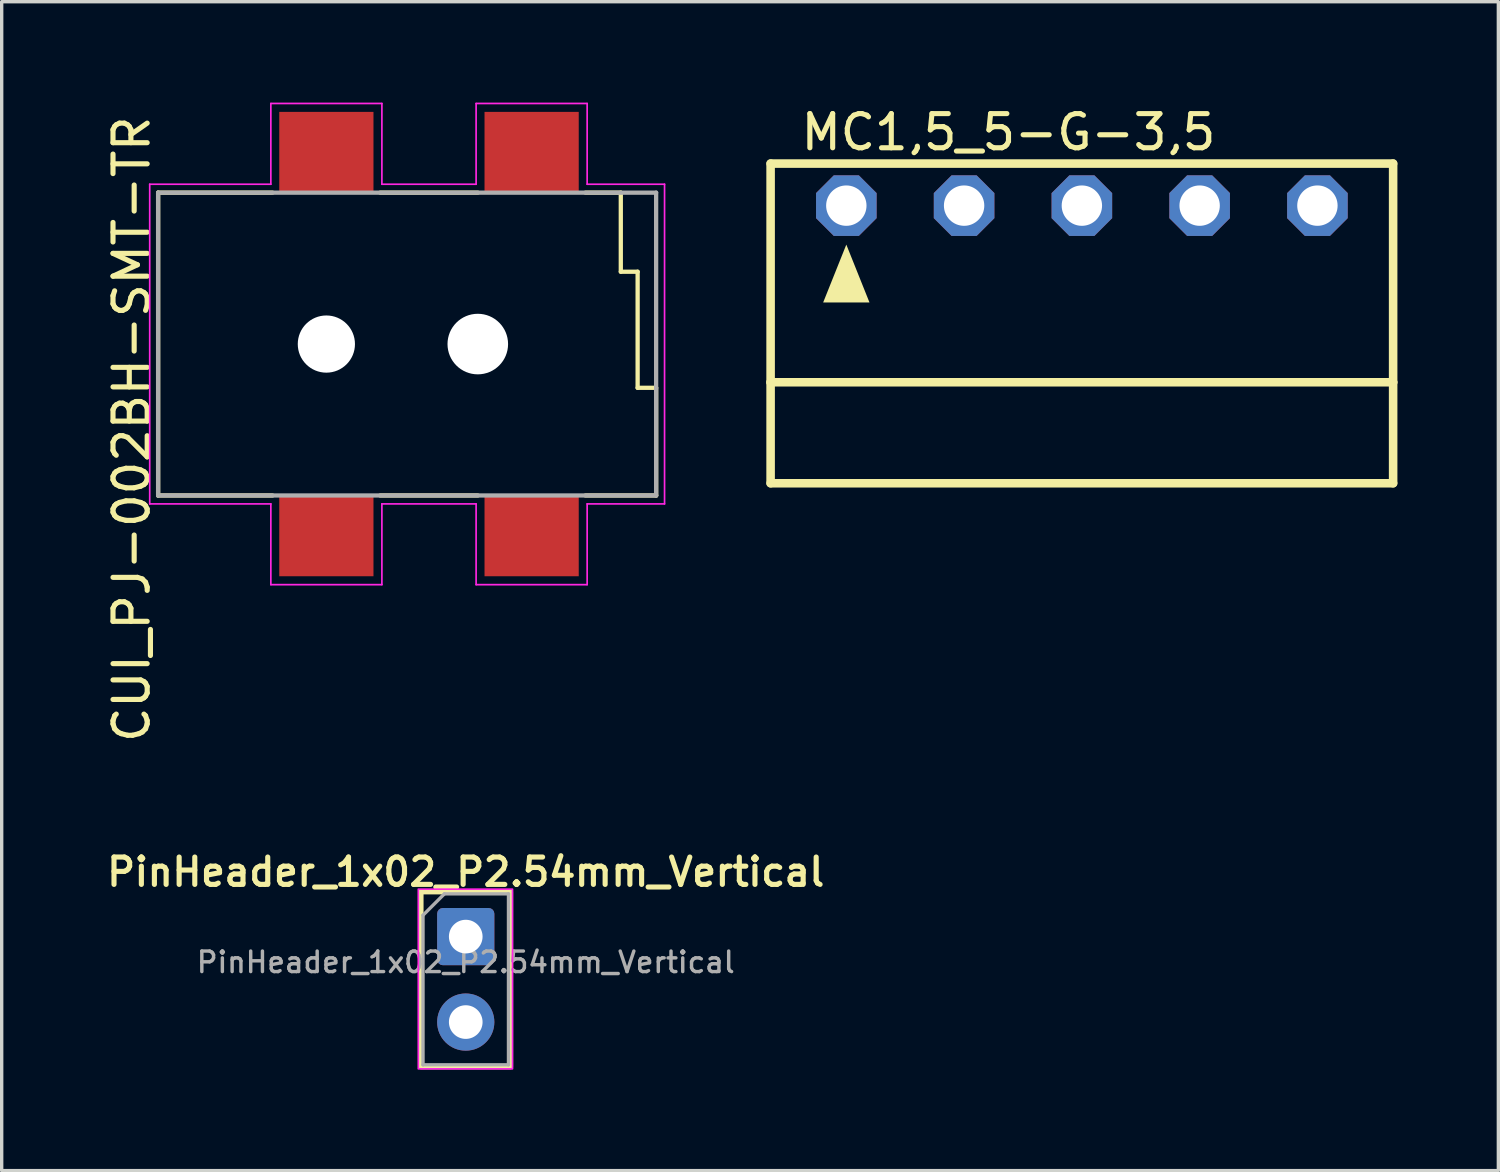
<source format=kicad_pcb>
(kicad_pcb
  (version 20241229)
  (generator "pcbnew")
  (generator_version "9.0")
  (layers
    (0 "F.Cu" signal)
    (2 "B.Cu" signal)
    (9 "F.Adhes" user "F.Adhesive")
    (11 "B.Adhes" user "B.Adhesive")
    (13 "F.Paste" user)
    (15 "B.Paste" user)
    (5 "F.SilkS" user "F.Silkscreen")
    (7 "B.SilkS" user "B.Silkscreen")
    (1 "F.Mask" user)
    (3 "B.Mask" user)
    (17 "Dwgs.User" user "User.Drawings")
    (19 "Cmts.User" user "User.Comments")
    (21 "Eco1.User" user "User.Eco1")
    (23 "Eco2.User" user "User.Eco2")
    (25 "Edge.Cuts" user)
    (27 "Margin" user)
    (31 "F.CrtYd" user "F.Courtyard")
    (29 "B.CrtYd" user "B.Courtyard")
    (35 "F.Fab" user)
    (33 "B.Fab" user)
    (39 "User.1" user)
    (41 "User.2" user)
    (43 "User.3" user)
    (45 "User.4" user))
  (footprint "MC1,5_5-G-3,5"
    (layer "F.Cu")
    (at 29.101 3.061)
    (property "Reference" "MC1,5_5-G-3,5" (at -8.425 -1.587 0) (layer "F.SilkS") (effects (font (size 1.016 1.016) (thickness 0.152)) (justify left bottom)))
    (attr through_hole)
    (fp_line (start -9.25 -1.25) (end 9.25 -1.25) (stroke (width 0.254) (type solid)) (layer "F.SilkS"))
    (fp_line (start -9.25 5.25) (end -9.25 -1.25) (stroke (width 0.254) (type solid)) (layer "F.SilkS"))
    (fp_line (start -9.25 5.25) (end 9.25 5.25) (stroke (width 0.254) (type solid)) (layer "F.SilkS"))
    (fp_line (start -9.25 8.25) (end -9.25 5.25) (stroke (width 0.254) (type solid)) (layer "F.SilkS"))
    (fp_line (start -9.25 8.25) (end 9.25 8.25) (stroke (width 0.254) (type solid)) (layer "F.SilkS"))
    (fp_line (start 9.25 5.25) (end 9.25 -1.25) (stroke (width 0.254) (type solid)) (layer "F.SilkS"))
    (fp_line (start 9.25 8.25) (end 9.25 5.25) (stroke (width 0.254) (type solid)) (layer "F.SilkS"))
    (fp_poly (pts (xy -6.312 2.877) (xy -7.688 2.877) (xy -7 1.158)) (stroke (width 0) (type default)) (fill yes) (layer "F.SilkS"))
    (pad "1" thru_hole roundrect (at -7 0) (size 1.8 1.8) (drill 1.2) (layers "*.Cu" "*.Mask") (roundrect_rratio 0.25) (chamfer_ratio 0.293) (chamfer top_left top_right bottom_left bottom_right))
    (pad "2" thru_hole roundrect (at -3.5 0) (size 1.8 1.8) (drill 1.2) (layers "*.Cu" "*.Mask") (roundrect_rratio 0.25) (chamfer_ratio 0.293) (chamfer top_left top_right bottom_left bottom_right))
    (pad "3" thru_hole roundrect (at 0 0) (size 1.8 1.8) (drill 1.2) (layers "*.Cu" "*.Mask") (roundrect_rratio 0.25) (chamfer_ratio 0.293) (chamfer top_left top_right bottom_left bottom_right))
    (pad "4" thru_hole roundrect (at 3.5 0) (size 1.8 1.8) (drill 1.2) (layers "*.Cu" "*.Mask") (roundrect_rratio 0.25) (chamfer_ratio 0.293) (chamfer top_left top_right bottom_left bottom_right))
    (pad "5" thru_hole roundrect (at 7 0) (size 1.8 1.8) (drill 1.2) (layers "*.Cu" "*.Mask") (roundrect_rratio 0.25) (chamfer_ratio 0.293) (chamfer top_left top_right bottom_left bottom_right)))
  (footprint "PinHeader_1x02_P2.54mm_Vertical"
    (layer "F.Cu")
    (at 10.791 24.784)
    (property "Reference" "PinHeader_1x02_P2.54mm_Vertical" (at 0 -1.92 0) (layer "F.SilkS") (effects (font (size 0.813 0.813) (thickness 0.152) (bold yes))))
    (attr through_hole)
    (fp_line (start -1.33 -1.33) (end 0 -1.33) (stroke (width 0.12) (type solid)) (layer "F.SilkS"))
    (fp_line (start -1.33 0) (end -1.33 -1.33) (stroke (width 0.12) (type solid)) (layer "F.SilkS"))
    (fp_rect (start -1.33 -1.33) (end 1.33 3.87) (stroke (width 0.152) (type solid)) (fill no) (layer "F.SilkS"))
    (fp_rect (start -1.41 -1.41) (end 1.39 3.93) (stroke (width 0.05) (type default)) (fill no) (layer "F.CrtYd"))
    (fp_line (start -1.27 -0.635) (end -0.635 -1.27) (stroke (width 0.1) (type solid)) (layer "F.Fab"))
    (fp_line (start -1.27 3.81) (end -1.27 -0.635) (stroke (width 0.1) (type solid)) (layer "F.Fab"))
    (fp_line (start -0.635 -1.27) (end 1.27 -1.27) (stroke (width 0.1) (type solid)) (layer "F.Fab"))
    (fp_line (start 1.27 -1.27) (end 1.27 3.81) (stroke (width 0.1) (type solid)) (layer "F.Fab"))
    (fp_line (start 1.27 3.81) (end -1.27 3.81) (stroke (width 0.1) (type solid)) (layer "F.Fab"))
    (fp_text user "${REFERENCE}" (at 0 0.762 0) (layer "F.Fab") (effects (font (size 0.61 0.61) (thickness 0.102) (bold yes))))
    (pad "1" thru_hole roundrect (at 0 0) (size 1.7 1.7) (drill 1) (layers "*.Cu" "*.Mask") (roundrect_rratio 0.1))
    (pad "2" thru_hole oval (at 0 2.54) (size 1.7 1.7) (drill 1) (layers "*.Cu" "*.Mask")))
  (footprint "CUI_PJ-002BH-SMT-TR"
    (layer "F.Cu")
    (at 12.749 1.475)
    (property "Reference" "CUI_PJ-002BH-SMT-TR" (at -11.887 8.23 90) (layer "F.SilkS") (effects (font (size 1.016 1.016) (thickness 0.152))))
    (attr smd)
    (fp_line (start -11.1 1.2) (end -11.1 10.2) (stroke (width 0.127) (type solid)) (layer "F.SilkS"))
    (fp_line (start -11.1 10.2) (end -7.7 10.2) (stroke (width 0.127) (type solid)) (layer "F.SilkS"))
    (fp_line (start -7.7 1.2) (end -11.1 1.2) (stroke (width 0.127) (type solid)) (layer "F.SilkS"))
    (fp_line (start -4.5 10.2) (end -1.6 10.2) (stroke (width 0.127) (type solid)) (layer "F.SilkS"))
    (fp_line (start -1.6 1.2) (end -4.5 1.2) (stroke (width 0.127) (type solid)) (layer "F.SilkS"))
    (fp_line (start 1.6 10.2) (end 3.7 10.2) (stroke (width 0.127) (type solid)) (layer "F.SilkS"))
    (fp_line (start 2.65 1.2) (end 1.6 1.2) (stroke (width 0.127) (type solid)) (layer "F.SilkS"))
    (fp_line (start 2.65 3.55) (end 2.65 1.2) (stroke (width 0.127) (type solid)) (layer "F.SilkS"))
    (fp_line (start 3.15 3.55) (end 2.65 3.55) (stroke (width 0.127) (type solid)) (layer "F.SilkS"))
    (fp_line (start 3.15 7) (end 3.15 3.55) (stroke (width 0.127) (type solid)) (layer "F.SilkS"))
    (fp_line (start 3.7 7) (end 3.15 7) (stroke (width 0.127) (type solid)) (layer "F.SilkS"))
    (fp_line (start 3.7 10.2) (end 3.7 7) (stroke (width 0.127) (type solid)) (layer "F.SilkS"))
    (fp_line (start -11.35 0.95) (end -7.75 0.95) (stroke (width 0.05) (type solid)) (layer "F.CrtYd"))
    (fp_line (start -11.35 10.45) (end -11.35 0.95) (stroke (width 0.05) (type solid)) (layer "F.CrtYd"))
    (fp_line (start -7.75 -1.45) (end -4.45 -1.45) (stroke (width 0.05) (type solid)) (layer "F.CrtYd"))
    (fp_line (start -7.75 0.95) (end -7.75 -1.45) (stroke (width 0.05) (type solid)) (layer "F.CrtYd"))
    (fp_line (start -7.75 10.45) (end -11.35 10.45) (stroke (width 0.05) (type solid)) (layer "F.CrtYd"))
    (fp_line (start -7.75 12.85) (end -7.75 10.45) (stroke (width 0.05) (type solid)) (layer "F.CrtYd"))
    (fp_line (start -4.45 -1.45) (end -4.45 0.95) (stroke (width 0.05) (type solid)) (layer "F.CrtYd"))
    (fp_line (start -4.45 0.95) (end -1.65 0.95) (stroke (width 0.05) (type solid)) (layer "F.CrtYd"))
    (fp_line (start -4.45 10.45) (end -4.45 12.85) (stroke (width 0.05) (type solid)) (layer "F.CrtYd"))
    (fp_line (start -4.45 12.85) (end -7.75 12.85) (stroke (width 0.05) (type solid)) (layer "F.CrtYd"))
    (fp_line (start -1.65 -1.45) (end 1.65 -1.45) (stroke (width 0.05) (type solid)) (layer "F.CrtYd"))
    (fp_line (start -1.65 0.95) (end -1.65 -1.45) (stroke (width 0.05) (type solid)) (layer "F.CrtYd"))
    (fp_line (start -1.65 10.45) (end -4.45 10.45) (stroke (width 0.05) (type solid)) (layer "F.CrtYd"))
    (fp_line (start -1.65 12.85) (end -1.65 10.45) (stroke (width 0.05) (type solid)) (layer "F.CrtYd"))
    (fp_line (start 1.65 -1.45) (end 1.65 0.95) (stroke (width 0.05) (type solid)) (layer "F.CrtYd"))
    (fp_line (start 1.65 0.95) (end 3.95 0.95) (stroke (width 0.05) (type solid)) (layer "F.CrtYd"))
    (fp_line (start 1.65 10.45) (end 1.65 12.85) (stroke (width 0.05) (type solid)) (layer "F.CrtYd"))
    (fp_line (start 1.65 12.85) (end -1.65 12.85) (stroke (width 0.05) (type solid)) (layer "F.CrtYd"))
    (fp_line (start 3.95 0.95) (end 3.95 10.45) (stroke (width 0.05) (type solid)) (layer "F.CrtYd"))
    (fp_line (start 3.95 10.45) (end 1.65 10.45) (stroke (width 0.05) (type solid)) (layer "F.CrtYd"))
    (fp_line (start -11.1 1.2) (end -11.1 10.2) (stroke (width 0.127) (type solid)) (layer "F.Fab"))
    (fp_line (start -11.1 10.2) (end 3.7 10.2) (stroke (width 0.127) (type solid)) (layer "F.Fab"))
    (fp_line (start 3.7 1.2) (end -11.1 1.2) (stroke (width 0.127) (type solid)) (layer "F.Fab"))
    (fp_line (start 3.7 10.2) (end 3.7 1.2) (stroke (width 0.127) (type solid)) (layer "F.Fab"))
    (pad "" np_thru_hole circle (at -6.1 5.7) (size 1.7 1.7) (drill 1.7) (layers "*.Cu" "*.Mask"))
    (pad "" np_thru_hole circle (at -1.6 5.7) (size 1.8 1.8) (drill 1.8) (layers "*.Cu" "*.Mask"))
    (pad "1" smd rect (at -6.1 0) (size 2.8 2.4) (layers "F.Cu" "F.Mask" "F.Paste"))
    (pad "1" smd rect (at 0 0) (size 2.8 2.4) (layers "F.Cu" "F.Mask" "F.Paste"))
    (pad "2" smd rect (at -6.1 11.4) (size 2.8 2.4) (layers "F.Cu" "F.Mask" "F.Paste"))
    (pad "3" smd rect (at 0 11.4) (size 2.8 2.4) (layers "F.Cu" "F.Mask" "F.Paste")))
  (gr_rect
    (start -3 -3)
    (end 41.478 31.739)
    (stroke (width 0.1) (type default))
    (fill no)
    (layer "Edge.Cuts")))
</source>
